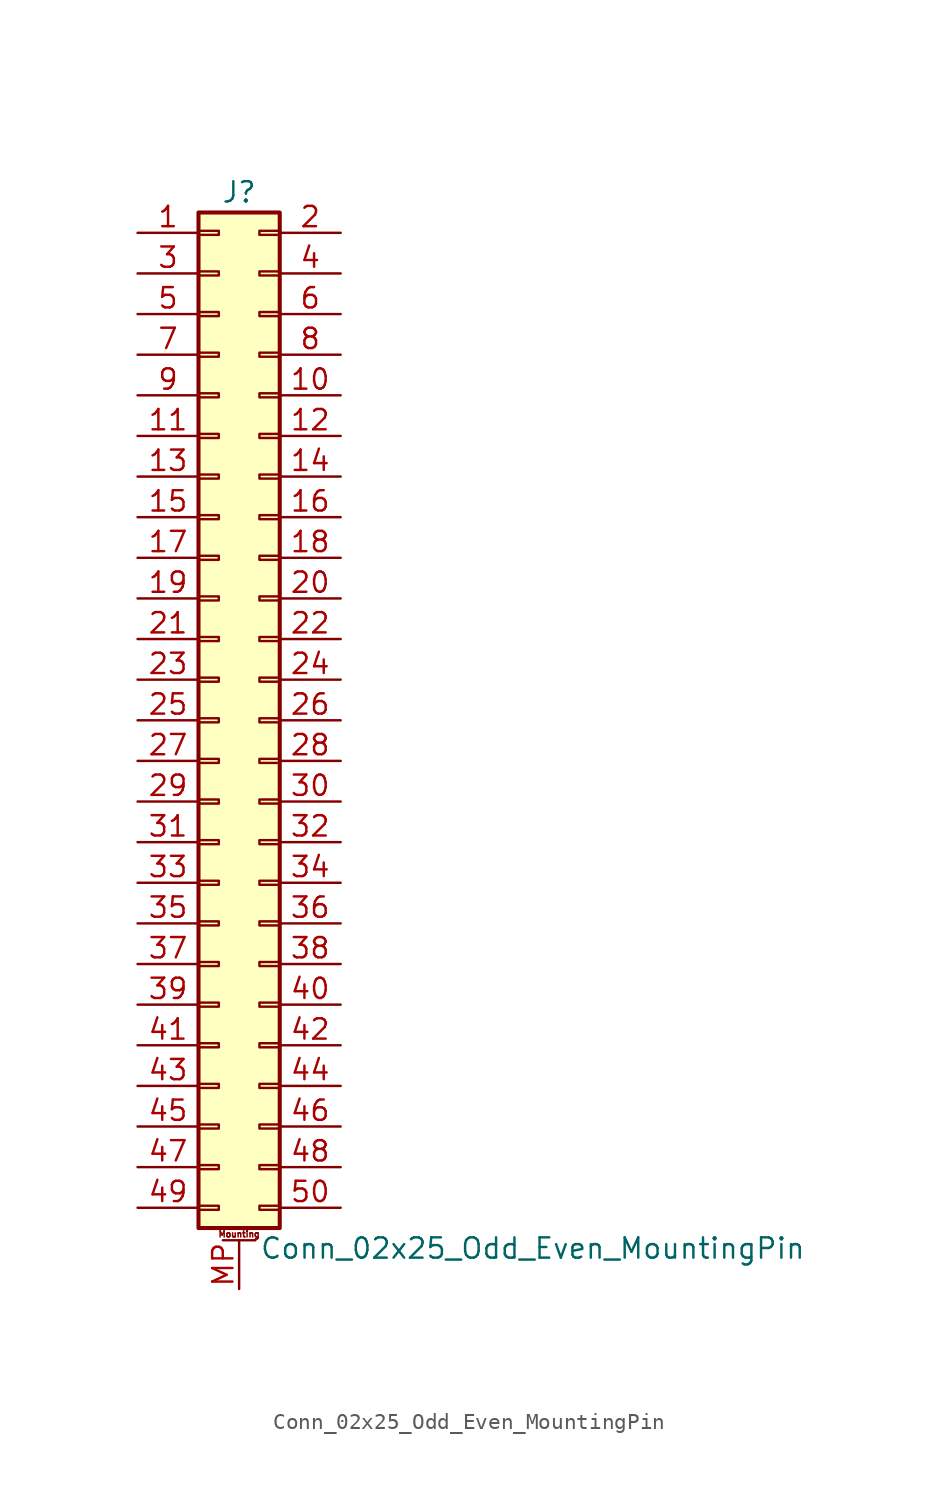
<source format=kicad_sym>
(kicad_symbol_lib
  (version 20201005)
  (generator kicad_symbol_editor)
  (symbol "Conn_02x25_Odd_Even_MountingPin"
    (pin_names
      (offset 1.016) hide)
    (property "Reference" "J"
      (at 1.27 33.02 0)
      (effects (font (size 1.27 1.27))))
    (property "Value" "Conn_02x25_Odd_Even_MountingPin"
      (at 2.54 -33.02 0)
      (effects (font (size 1.27 1.27)) (justify left)))
    (symbol "Conn_02x25_Odd_Even_MountingPin_1_1"
      (text "Mounting" (at 1.27 -32.131 0) (effects (font (size 0.381 0.381))))
      (rectangle (start -1.27 -30.353) (end 0 -30.607) (stroke (width 0.152)) (fill (type none)))
      (rectangle (start -1.27 -27.813) (end 0 -28.067) (stroke (width 0.152)) (fill (type none)))
      (rectangle (start -1.27 -25.273) (end 0 -25.527) (stroke (width 0.152)) (fill (type none)))
      (rectangle (start -1.27 -22.733) (end 0 -22.987) (stroke (width 0.152)) (fill (type none)))
      (rectangle (start -1.27 -20.193) (end 0 -20.447) (stroke (width 0.152)) (fill (type none)))
      (rectangle (start -1.27 -17.653) (end 0 -17.907) (stroke (width 0.152)) (fill (type none)))
      (rectangle (start -1.27 -15.113) (end 0 -15.367) (stroke (width 0.152)) (fill (type none)))
      (rectangle (start -1.27 -12.573) (end 0 -12.827) (stroke (width 0.152)) (fill (type none)))
      (rectangle (start -1.27 -10.033) (end 0 -10.287) (stroke (width 0.152)) (fill (type none)))
      (rectangle (start -1.27 -7.493) (end 0 -7.747) (stroke (width 0.152)) (fill (type none)))
      (rectangle (start -1.27 -4.953) (end 0 -5.207) (stroke (width 0.152)) (fill (type none)))
      (rectangle (start -1.27 -2.413) (end 0 -2.667) (stroke (width 0.152)) (fill (type none)))
      (rectangle (start -1.27 0.127) (end 0 -0.127) (stroke (width 0.152)) (fill (type none)))
      (rectangle (start -1.27 2.667) (end 0 2.413) (stroke (width 0.152)) (fill (type none)))
      (rectangle (start -1.27 5.207) (end 0 4.953) (stroke (width 0.152)) (fill (type none)))
      (rectangle (start -1.27 7.747) (end 0 7.493) (stroke (width 0.152)) (fill (type none)))
      (rectangle (start -1.27 10.287) (end 0 10.033) (stroke (width 0.152)) (fill (type none)))
      (rectangle (start -1.27 12.827) (end 0 12.573) (stroke (width 0.152)) (fill (type none)))
      (rectangle (start -1.27 15.367) (end 0 15.113) (stroke (width 0.152)) (fill (type none)))
      (rectangle (start -1.27 17.907) (end 0 17.653) (stroke (width 0.152)) (fill (type none)))
      (rectangle (start -1.27 20.447) (end 0 20.193) (stroke (width 0.152)) (fill (type none)))
      (rectangle (start -1.27 22.987) (end 0 22.733) (stroke (width 0.152)) (fill (type none)))
      (rectangle (start -1.27 25.527) (end 0 25.273) (stroke (width 0.152)) (fill (type none)))
      (rectangle (start -1.27 28.067) (end 0 27.813) (stroke (width 0.152)) (fill (type none)))
      (rectangle (start -1.27 30.607) (end 0 30.353) (stroke (width 0.152)) (fill (type none)))
      (rectangle (start 3.81 -30.353) (end 2.54 -30.607) (stroke (width 0.152)) (fill (type none)))
      (rectangle (start 3.81 -27.813) (end 2.54 -28.067) (stroke (width 0.152)) (fill (type none)))
      (rectangle (start 3.81 -25.273) (end 2.54 -25.527) (stroke (width 0.152)) (fill (type none)))
      (rectangle (start 3.81 -22.733) (end 2.54 -22.987) (stroke (width 0.152)) (fill (type none)))
      (rectangle (start 3.81 -20.193) (end 2.54 -20.447) (stroke (width 0.152)) (fill (type none)))
      (rectangle (start 3.81 -17.653) (end 2.54 -17.907) (stroke (width 0.152)) (fill (type none)))
      (rectangle (start 3.81 -15.113) (end 2.54 -15.367) (stroke (width 0.152)) (fill (type none)))
      (rectangle (start 3.81 -12.573) (end 2.54 -12.827) (stroke (width 0.152)) (fill (type none)))
      (rectangle (start 3.81 -10.033) (end 2.54 -10.287) (stroke (width 0.152)) (fill (type none)))
      (rectangle (start 3.81 -7.493) (end 2.54 -7.747) (stroke (width 0.152)) (fill (type none)))
      (rectangle (start 3.81 -4.953) (end 2.54 -5.207) (stroke (width 0.152)) (fill (type none)))
      (rectangle (start 3.81 -2.413) (end 2.54 -2.667) (stroke (width 0.152)) (fill (type none)))
      (rectangle (start 3.81 0.127) (end 2.54 -0.127) (stroke (width 0.152)) (fill (type none)))
      (rectangle (start 3.81 2.667) (end 2.54 2.413) (stroke (width 0.152)) (fill (type none)))
      (rectangle (start 3.81 5.207) (end 2.54 4.953) (stroke (width 0.152)) (fill (type none)))
      (rectangle (start 3.81 7.747) (end 2.54 7.493) (stroke (width 0.152)) (fill (type none)))
      (rectangle (start 3.81 10.287) (end 2.54 10.033) (stroke (width 0.152)) (fill (type none)))
      (rectangle (start 3.81 12.827) (end 2.54 12.573) (stroke (width 0.152)) (fill (type none)))
      (rectangle (start 3.81 15.367) (end 2.54 15.113) (stroke (width 0.152)) (fill (type none)))
      (rectangle (start 3.81 17.907) (end 2.54 17.653) (stroke (width 0.152)) (fill (type none)))
      (rectangle (start 3.81 20.447) (end 2.54 20.193) (stroke (width 0.152)) (fill (type none)))
      (rectangle (start 3.81 22.987) (end 2.54 22.733) (stroke (width 0.152)) (fill (type none)))
      (rectangle (start 3.81 25.527) (end 2.54 25.273) (stroke (width 0.152)) (fill (type none)))
      (rectangle (start 3.81 28.067) (end 2.54 27.813) (stroke (width 0.152)) (fill (type none)))
      (rectangle (start 3.81 30.607) (end 2.54 30.353) (stroke (width 0.152)) (fill (type none)))
      (rectangle (start -1.27 31.75) (end 3.81 -31.75) (stroke (width 0.254)) (fill (type background)))
      (polyline (pts (xy 0.254 -32.512) (xy 2.286 -32.512)) (stroke (width 0.152)) (fill (type none)))
      (pin passive line (at -5.08 30.48 0) (length 3.81) (name "Pin_1" (effects (font (size 1.27 1.27)))) (number "1" (effects (font (size 1.27 1.27)))))
      (pin passive line (at 7.62 20.32 180) (length 3.81) (name "Pin_10" (effects (font (size 1.27 1.27)))) (number "10" (effects (font (size 1.27 1.27)))))
      (pin passive line (at -5.08 17.78 0) (length 3.81) (name "Pin_11" (effects (font (size 1.27 1.27)))) (number "11" (effects (font (size 1.27 1.27)))))
      (pin passive line (at 7.62 17.78 180) (length 3.81) (name "Pin_12" (effects (font (size 1.27 1.27)))) (number "12" (effects (font (size 1.27 1.27)))))
      (pin passive line (at -5.08 15.24 0) (length 3.81) (name "Pin_13" (effects (font (size 1.27 1.27)))) (number "13" (effects (font (size 1.27 1.27)))))
      (pin passive line (at 7.62 15.24 180) (length 3.81) (name "Pin_14" (effects (font (size 1.27 1.27)))) (number "14" (effects (font (size 1.27 1.27)))))
      (pin passive line (at -5.08 12.7 0) (length 3.81) (name "Pin_15" (effects (font (size 1.27 1.27)))) (number "15" (effects (font (size 1.27 1.27)))))
      (pin passive line (at 7.62 12.7 180) (length 3.81) (name "Pin_16" (effects (font (size 1.27 1.27)))) (number "16" (effects (font (size 1.27 1.27)))))
      (pin passive line (at -5.08 10.16 0) (length 3.81) (name "Pin_17" (effects (font (size 1.27 1.27)))) (number "17" (effects (font (size 1.27 1.27)))))
      (pin passive line (at 7.62 10.16 180) (length 3.81) (name "Pin_18" (effects (font (size 1.27 1.27)))) (number "18" (effects (font (size 1.27 1.27)))))
      (pin passive line (at -5.08 7.62 0) (length 3.81) (name "Pin_19" (effects (font (size 1.27 1.27)))) (number "19" (effects (font (size 1.27 1.27)))))
      (pin passive line (at 7.62 30.48 180) (length 3.81) (name "Pin_2" (effects (font (size 1.27 1.27)))) (number "2" (effects (font (size 1.27 1.27)))))
      (pin passive line (at 7.62 7.62 180) (length 3.81) (name "Pin_20" (effects (font (size 1.27 1.27)))) (number "20" (effects (font (size 1.27 1.27)))))
      (pin passive line (at -5.08 5.08 0) (length 3.81) (name "Pin_21" (effects (font (size 1.27 1.27)))) (number "21" (effects (font (size 1.27 1.27)))))
      (pin passive line (at 7.62 5.08 180) (length 3.81) (name "Pin_22" (effects (font (size 1.27 1.27)))) (number "22" (effects (font (size 1.27 1.27)))))
      (pin passive line (at -5.08 2.54 0) (length 3.81) (name "Pin_23" (effects (font (size 1.27 1.27)))) (number "23" (effects (font (size 1.27 1.27)))))
      (pin passive line (at 7.62 2.54 180) (length 3.81) (name "Pin_24" (effects (font (size 1.27 1.27)))) (number "24" (effects (font (size 1.27 1.27)))))
      (pin passive line (at -5.08 0 0) (length 3.81) (name "Pin_25" (effects (font (size 1.27 1.27)))) (number "25" (effects (font (size 1.27 1.27)))))
      (pin passive line (at 7.62 0 180) (length 3.81) (name "Pin_26" (effects (font (size 1.27 1.27)))) (number "26" (effects (font (size 1.27 1.27)))))
      (pin passive line (at -5.08 -2.54 0) (length 3.81) (name "Pin_27" (effects (font (size 1.27 1.27)))) (number "27" (effects (font (size 1.27 1.27)))))
      (pin passive line (at 7.62 -2.54 180) (length 3.81) (name "Pin_28" (effects (font (size 1.27 1.27)))) (number "28" (effects (font (size 1.27 1.27)))))
      (pin passive line (at -5.08 -5.08 0) (length 3.81) (name "Pin_29" (effects (font (size 1.27 1.27)))) (number "29" (effects (font (size 1.27 1.27)))))
      (pin passive line (at -5.08 27.94 0) (length 3.81) (name "Pin_3" (effects (font (size 1.27 1.27)))) (number "3" (effects (font (size 1.27 1.27)))))
      (pin passive line (at 7.62 -5.08 180) (length 3.81) (name "Pin_30" (effects (font (size 1.27 1.27)))) (number "30" (effects (font (size 1.27 1.27)))))
      (pin passive line (at -5.08 -7.62 0) (length 3.81) (name "Pin_31" (effects (font (size 1.27 1.27)))) (number "31" (effects (font (size 1.27 1.27)))))
      (pin passive line (at 7.62 -7.62 180) (length 3.81) (name "Pin_32" (effects (font (size 1.27 1.27)))) (number "32" (effects (font (size 1.27 1.27)))))
      (pin passive line (at -5.08 -10.16 0) (length 3.81) (name "Pin_33" (effects (font (size 1.27 1.27)))) (number "33" (effects (font (size 1.27 1.27)))))
      (pin passive line (at 7.62 -10.16 180) (length 3.81) (name "Pin_34" (effects (font (size 1.27 1.27)))) (number "34" (effects (font (size 1.27 1.27)))))
      (pin passive line (at -5.08 -12.7 0) (length 3.81) (name "Pin_35" (effects (font (size 1.27 1.27)))) (number "35" (effects (font (size 1.27 1.27)))))
      (pin passive line (at 7.62 -12.7 180) (length 3.81) (name "Pin_36" (effects (font (size 1.27 1.27)))) (number "36" (effects (font (size 1.27 1.27)))))
      (pin passive line (at -5.08 -15.24 0) (length 3.81) (name "Pin_37" (effects (font (size 1.27 1.27)))) (number "37" (effects (font (size 1.27 1.27)))))
      (pin passive line (at 7.62 -15.24 180) (length 3.81) (name "Pin_38" (effects (font (size 1.27 1.27)))) (number "38" (effects (font (size 1.27 1.27)))))
      (pin passive line (at -5.08 -17.78 0) (length 3.81) (name "Pin_39" (effects (font (size 1.27 1.27)))) (number "39" (effects (font (size 1.27 1.27)))))
      (pin passive line (at 7.62 27.94 180) (length 3.81) (name "Pin_4" (effects (font (size 1.27 1.27)))) (number "4" (effects (font (size 1.27 1.27)))))
      (pin passive line (at 7.62 -17.78 180) (length 3.81) (name "Pin_40" (effects (font (size 1.27 1.27)))) (number "40" (effects (font (size 1.27 1.27)))))
      (pin passive line (at -5.08 -20.32 0) (length 3.81) (name "Pin_41" (effects (font (size 1.27 1.27)))) (number "41" (effects (font (size 1.27 1.27)))))
      (pin passive line (at 7.62 -20.32 180) (length 3.81) (name "Pin_42" (effects (font (size 1.27 1.27)))) (number "42" (effects (font (size 1.27 1.27)))))
      (pin passive line (at -5.08 -22.86 0) (length 3.81) (name "Pin_43" (effects (font (size 1.27 1.27)))) (number "43" (effects (font (size 1.27 1.27)))))
      (pin passive line (at 7.62 -22.86 180) (length 3.81) (name "Pin_44" (effects (font (size 1.27 1.27)))) (number "44" (effects (font (size 1.27 1.27)))))
      (pin passive line (at -5.08 -25.4 0) (length 3.81) (name "Pin_45" (effects (font (size 1.27 1.27)))) (number "45" (effects (font (size 1.27 1.27)))))
      (pin passive line (at 7.62 -25.4 180) (length 3.81) (name "Pin_46" (effects (font (size 1.27 1.27)))) (number "46" (effects (font (size 1.27 1.27)))))
      (pin passive line (at -5.08 -27.94 0) (length 3.81) (name "Pin_47" (effects (font (size 1.27 1.27)))) (number "47" (effects (font (size 1.27 1.27)))))
      (pin passive line (at 7.62 -27.94 180) (length 3.81) (name "Pin_48" (effects (font (size 1.27 1.27)))) (number "48" (effects (font (size 1.27 1.27)))))
      (pin passive line (at -5.08 -30.48 0) (length 3.81) (name "Pin_49" (effects (font (size 1.27 1.27)))) (number "49" (effects (font (size 1.27 1.27)))))
      (pin passive line (at -5.08 25.4 0) (length 3.81) (name "Pin_5" (effects (font (size 1.27 1.27)))) (number "5" (effects (font (size 1.27 1.27)))))
      (pin passive line (at 7.62 -30.48 180) (length 3.81) (name "Pin_50" (effects (font (size 1.27 1.27)))) (number "50" (effects (font (size 1.27 1.27)))))
      (pin passive line (at 7.62 25.4 180) (length 3.81) (name "Pin_6" (effects (font (size 1.27 1.27)))) (number "6" (effects (font (size 1.27 1.27)))))
      (pin passive line (at -5.08 22.86 0) (length 3.81) (name "Pin_7" (effects (font (size 1.27 1.27)))) (number "7" (effects (font (size 1.27 1.27)))))
      (pin passive line (at 7.62 22.86 180) (length 3.81) (name "Pin_8" (effects (font (size 1.27 1.27)))) (number "8" (effects (font (size 1.27 1.27)))))
      (pin passive line (at -5.08 20.32 0) (length 3.81) (name "Pin_9" (effects (font (size 1.27 1.27)))) (number "9" (effects (font (size 1.27 1.27)))))
      (pin passive line (at 1.27 -35.56 90) (length 3.048) (name "MountPin" (effects (font (size 1.27 1.27)))) (number "MP" (effects (font (size 1.27 1.27))))))))
</source>
